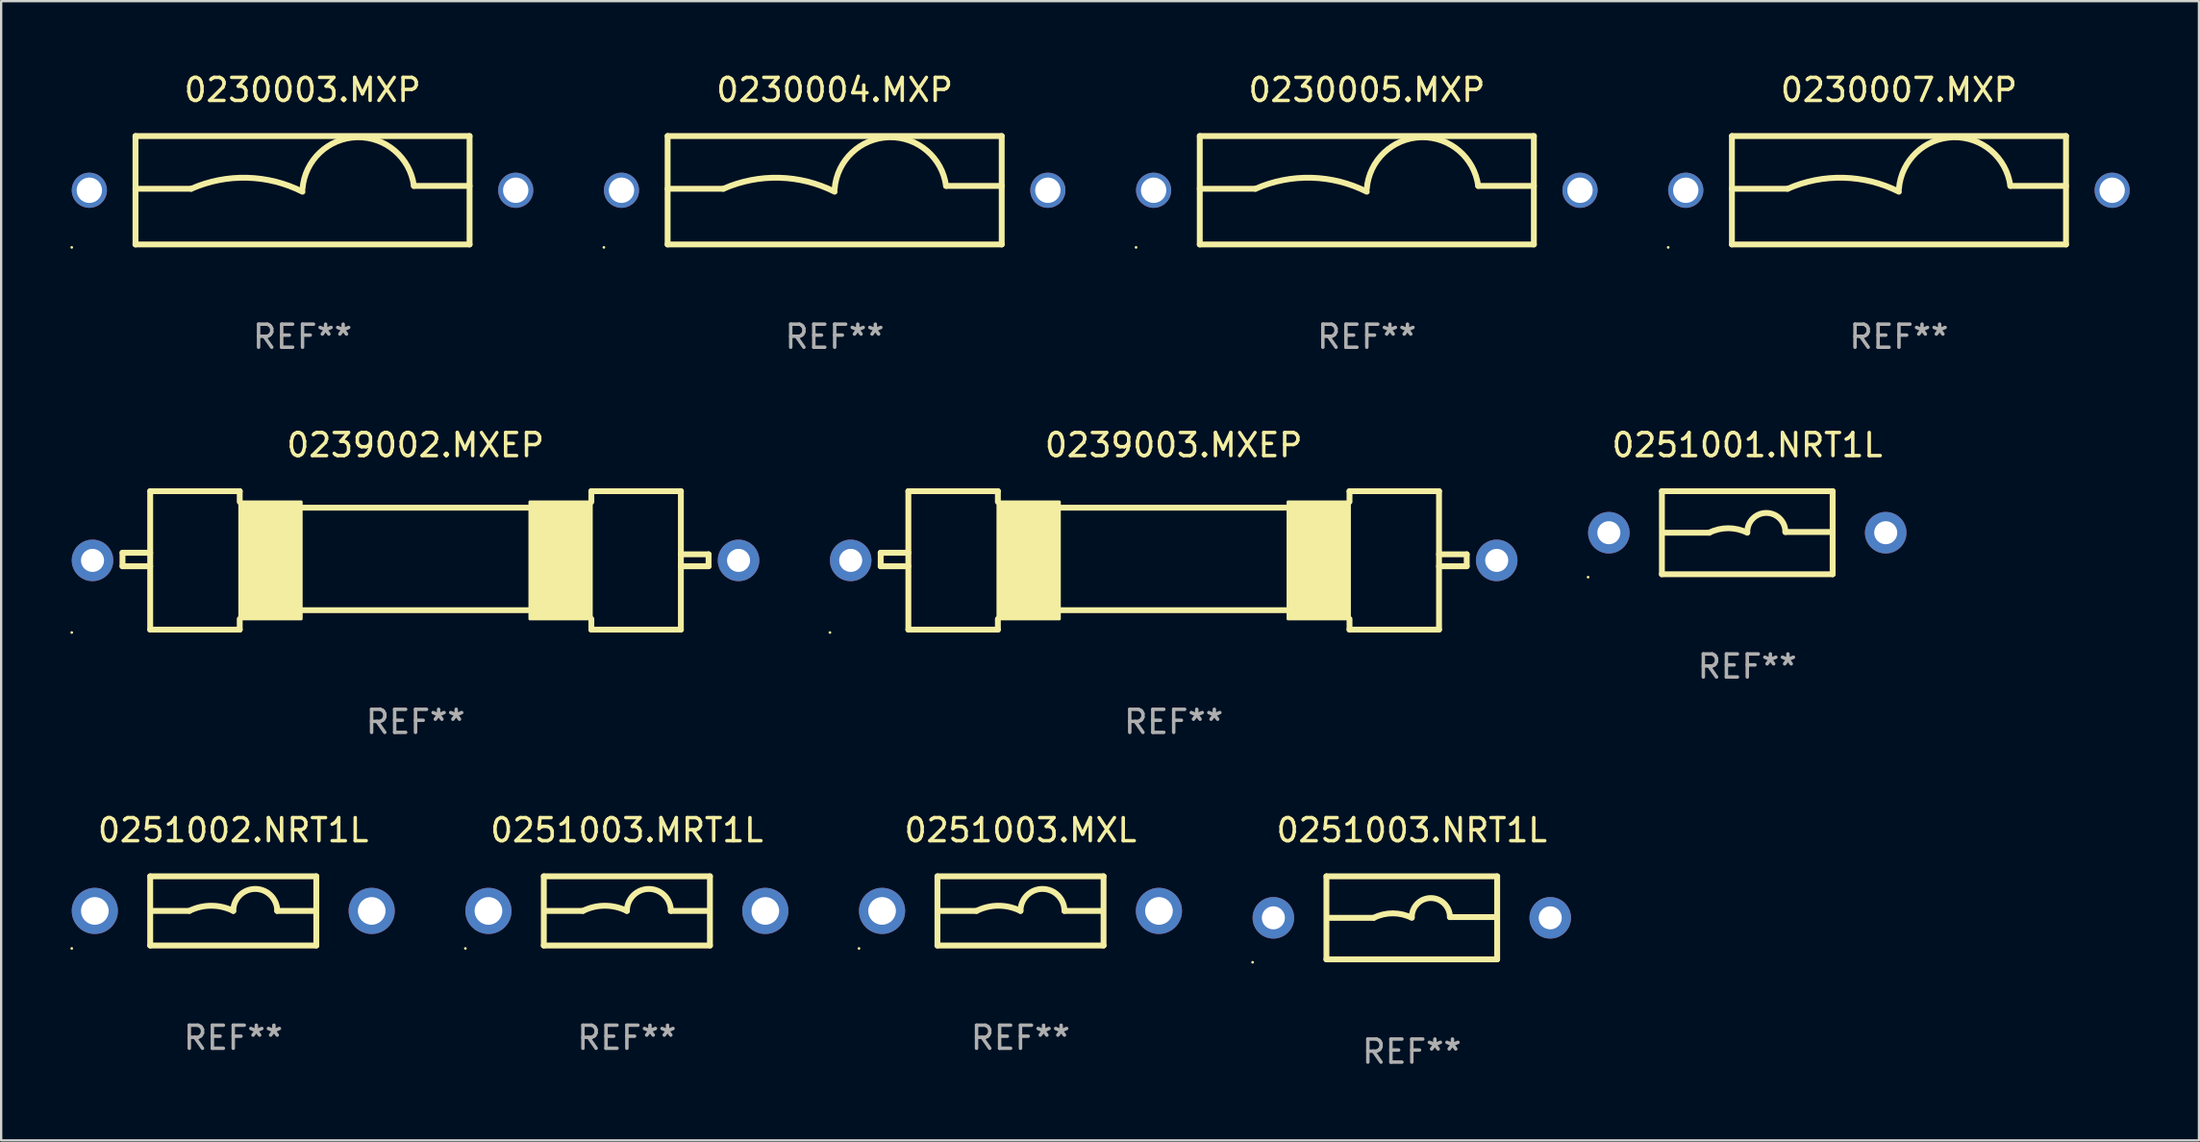
<source format=kicad_pcb>
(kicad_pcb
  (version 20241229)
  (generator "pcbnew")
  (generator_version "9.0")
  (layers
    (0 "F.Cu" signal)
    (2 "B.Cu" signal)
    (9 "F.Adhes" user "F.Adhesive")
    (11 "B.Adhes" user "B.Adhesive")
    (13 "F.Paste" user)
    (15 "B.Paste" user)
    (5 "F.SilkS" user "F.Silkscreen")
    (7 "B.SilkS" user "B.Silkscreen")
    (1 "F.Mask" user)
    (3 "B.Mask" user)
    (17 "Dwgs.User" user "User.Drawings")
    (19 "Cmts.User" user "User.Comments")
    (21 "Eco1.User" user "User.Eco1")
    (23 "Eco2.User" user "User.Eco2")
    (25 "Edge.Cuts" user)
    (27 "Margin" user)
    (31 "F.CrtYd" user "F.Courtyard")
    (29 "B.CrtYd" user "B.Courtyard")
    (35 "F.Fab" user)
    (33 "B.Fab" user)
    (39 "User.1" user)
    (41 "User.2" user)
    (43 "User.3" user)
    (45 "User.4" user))
  (footprint "0251003.NRT1L"
    (layer "F.Cu")
    (at 58.14 36.741)
    (property "Reference" "0251003.NRT1L" (at 0 -3.8 0) (layer "F.SilkS") (effects (font (size 1 1) (thickness 0.15))))
    (attr through_hole)
    (fp_line (start -3.7 -1.8) (end -3.7 1.8) (stroke (width 0.254) (type solid)) (layer "F.SilkS"))
    (fp_line (start -3.7 -1.8) (end 3.7 -1.8) (stroke (width 0.254) (type solid)) (layer "F.SilkS"))
    (fp_line (start -3.7 1.8) (end 3.7 1.8) (stroke (width 0.254) (type solid)) (layer "F.SilkS"))
    (fp_line (start -3.556 0) (end -1.651 0) (stroke (width 0.254) (type solid)) (layer "F.SilkS"))
    (fp_line (start 3.556 -0.032) (end 1.651 -0.032) (stroke (width 0.254) (type solid)) (layer "F.SilkS"))
    (fp_line (start 3.7 -1.8) (end 3.7 1.8) (stroke (width 0.254) (type solid)) (layer "F.SilkS"))
    (fp_arc (start -1.651003 0) (mid -0.825502 -0.194874) (end 0 0) (stroke (width 0.254001) (type solid)) (layer "F.SilkS"))
    (fp_arc (start 0.000025 -0.031699) (mid 0.825527 -0.857201) (end 1.651029 -0.031699) (stroke (width 0.254001) (type solid)) (layer "F.SilkS"))
    (fp_circle (center -6.9 1.927) (end -6.87 1.927) (stroke (width 0.06) (type solid)) (fill no) (layer "F.SilkS"))
    (fp_text user "REF**" (at 0 5.8 0) (layer "F.Fab") (effects (font (size 1 1) (thickness 0.15))))
    (pad "1" thru_hole circle (at -6 0) (size 1.8 1.8) (drill 1) (layers "*.Cu" "*.Mask"))
    (pad "2" thru_hole circle (at 6 0) (size 1.8 1.8) (drill 1) (layers "*.Cu" "*.Mask")))
  (footprint "0251002.NRT1L"
    (layer "F.Cu")
    (at 7.06 36.441)
    (property "Reference" "0251002.NRT1L" (at 0 -3.5 0) (layer "F.SilkS") (effects (font (size 1 1) (thickness 0.15))))
    (attr through_hole)
    (fp_line (start -3.6 -1.5) (end -3.6 1.5) (stroke (width 0.254) (type solid)) (layer "F.SilkS"))
    (fp_line (start -3.6 -1.5) (end 3.6 -1.5) (stroke (width 0.254) (type solid)) (layer "F.SilkS"))
    (fp_line (start -3.6 1.5) (end 3.6 1.5) (stroke (width 0.254) (type solid)) (layer "F.SilkS"))
    (fp_line (start -3.556 0) (end -1.905 0) (stroke (width 0.254) (type solid)) (layer "F.SilkS"))
    (fp_line (start 3.556 0) (end 1.905 0) (stroke (width 0.254) (type solid)) (layer "F.SilkS"))
    (fp_line (start 3.6 -1.5) (end 3.6 1.5) (stroke (width 0.254) (type solid)) (layer "F.SilkS"))
    (fp_arc (start -1.905004 0) (mid -0.952502 -0.224855) (end 0 0) (stroke (width 0.254001) (type solid)) (layer "F.SilkS"))
    (fp_arc (start 0 0) (mid 0.952502 -0.952502) (end 1.905004 0) (stroke (width 0.254001) (type solid)) (layer "F.SilkS"))
    (fp_circle (center -7 1.627) (end -6.97 1.627) (stroke (width 0.06) (type solid)) (fill no) (layer "F.SilkS"))
    (fp_text user "REF**" (at 0 5.5 0) (layer "F.Fab") (effects (font (size 1 1) (thickness 0.15))))
    (pad "1" thru_hole circle (at -6 0) (size 2 2) (drill 1.2) (layers "*.Cu" "*.Mask"))
    (pad "2" thru_hole circle (at 6 0) (size 2 2) (drill 1.2) (layers "*.Cu" "*.Mask")))
  (footprint "0230007.MXP"
    (layer "F.Cu")
    (at 79.254 5.198)
    (property "Reference" "0230007.MXP" (at 0 -4.35 0) (layer "F.SilkS") (effects (font (size 1 1) (thickness 0.15))))
    (attr through_hole)
    (fp_line (start -7.24 -2.35) (end 7.24 -2.35) (stroke (width 0.254) (type solid)) (layer "F.SilkS"))
    (fp_line (start -7.24 2.35) (end -7.24 -2.35) (stroke (width 0.254) (type solid)) (layer "F.SilkS"))
    (fp_line (start -7.24 2.35) (end 7.24 2.35) (stroke (width 0.254) (type solid)) (layer "F.SilkS"))
    (fp_line (start -4.824 -0.064) (end -7.24 -0.064) (stroke (width 0.254) (type solid)) (layer "F.SilkS"))
    (fp_line (start 4.828 -0.188) (end 7.24 -0.188) (stroke (width 0.254) (type solid)) (layer "F.SilkS"))
    (fp_line (start 7.24 2.35) (end 7.24 -2.35) (stroke (width 0.254) (type solid)) (layer "F.SilkS"))
    (fp_arc (start -4.824359 -0.063754) (mid -2.398785 -0.542073) (end -0.001702 0.063068) (stroke (width 0.254001) (type solid)) (layer "F.SilkS"))
    (fp_arc (start -0.001625 -0.061493) (mid 2.355932 -2.296691) (end 4.827711 -0.188494) (stroke (width 0.254001) (type solid)) (layer "F.SilkS"))
    (fp_circle (center -10.002 2.477) (end -9.972 2.477) (stroke (width 0.06) (type solid)) (fill no) (layer "F.SilkS"))
    (fp_text user "REF**" (at 0 6.35 0) (layer "F.Fab") (effects (font (size 1 1) (thickness 0.15))))
    (pad "1" thru_hole circle (at -9.24 0) (size 1.524 1.524) (drill 1.1) (layers "*.Cu" "*.Mask"))
    (pad "2" thru_hole circle (at 9.24 0) (size 1.524 1.524) (drill 1.1) (layers "*.Cu" "*.Mask")))
  (footprint "0239002.MXEP"
    (layer "F.Cu")
    (at 14.96 21.245)
    (property "Reference" "0239002.MXEP" (at 0 -5 0) (layer "F.SilkS") (effects (font (size 1 1) (thickness 0.15))))
    (attr through_hole)
    (fp_line (start -12.7 -0.332) (end -12.7 0.254) (stroke (width 0.254) (type solid)) (layer "F.SilkS"))
    (fp_line (start -12.7 0.254) (end -11.5 0.254) (stroke (width 0.254) (type solid)) (layer "F.SilkS"))
    (fp_line (start -11.5 -3) (end -11.5 3) (stroke (width 0.254) (type solid)) (layer "F.SilkS"))
    (fp_line (start -11.5 -3) (end -7.62 -3) (stroke (width 0.254) (type solid)) (layer "F.SilkS"))
    (fp_line (start -11.5 -0.332) (end -12.7 -0.332) (stroke (width 0.254) (type solid)) (layer "F.SilkS"))
    (fp_line (start -7.62 -2.54) (end -7.62 -3) (stroke (width 0.254) (type solid)) (layer "F.SilkS"))
    (fp_line (start -7.62 2.54) (end -7.62 3) (stroke (width 0.254) (type solid)) (layer "F.SilkS"))
    (fp_line (start -7.62 3) (end -11.5 3) (stroke (width 0.254) (type solid)) (layer "F.SilkS"))
    (fp_line (start -4.953 -2.286) (end 4.953 -2.286) (stroke (width 0.254) (type solid)) (layer "F.SilkS"))
    (fp_line (start -4.953 2.159) (end 4.953 2.159) (stroke (width 0.254) (type solid)) (layer "F.SilkS"))
    (fp_line (start 7.62 -3) (end 11.5 -3) (stroke (width 0.254) (type solid)) (layer "F.SilkS"))
    (fp_line (start 7.62 -2.54) (end 7.62 -3) (stroke (width 0.254) (type solid)) (layer "F.SilkS"))
    (fp_line (start 7.62 2.54) (end 7.62 3) (stroke (width 0.254) (type solid)) (layer "F.SilkS"))
    (fp_line (start 7.62 3) (end 11.5 3) (stroke (width 0.254) (type solid)) (layer "F.SilkS"))
    (fp_line (start 11.5 -3) (end 11.5 3) (stroke (width 0.254) (type solid)) (layer "F.SilkS"))
    (fp_line (start 11.5 -0.264) (end 12.7 -0.264) (stroke (width 0.254) (type solid)) (layer "F.SilkS"))
    (fp_line (start 12.7 -0.264) (end 12.7 0.254) (stroke (width 0.254) (type solid)) (layer "F.SilkS"))
    (fp_line (start 12.7 0.254) (end 11.5 0.254) (stroke (width 0.254) (type solid)) (layer "F.SilkS"))
    (fp_circle (center -14.9 3.127) (end -14.87 3.127) (stroke (width 0.06) (type solid)) (fill no) (layer "F.SilkS"))
    (fp_poly (pts (xy -7.62 -2.54) (xy -4.953 -2.54) (xy -4.953 2.54) (xy -7.62 2.54)) (stroke (width 0.12) (type solid)) (fill yes) (layer "F.SilkS"))
    (fp_poly (pts (xy 4.953 -2.54) (xy 7.62 -2.54) (xy 7.62 2.54) (xy 4.953 2.54)) (stroke (width 0.12) (type solid)) (fill yes) (layer "F.SilkS"))
    (fp_text user "REF**" (at 0 7 0) (layer "F.Fab") (effects (font (size 1 1) (thickness 0.15))))
    (pad "1" thru_hole circle (at -14 0) (size 1.8 1.8) (drill 1) (layers "*.Cu" "*.Mask"))
    (pad "2" thru_hole circle (at 14 0) (size 1.8 1.8) (drill 1) (layers "*.Cu" "*.Mask")))
  (footprint "0251003.MXL"
    (layer "F.Cu")
    (at 41.18 36.441)
    (property "Reference" "0251003.MXL" (at 0 -3.5 0) (layer "F.SilkS") (effects (font (size 1 1) (thickness 0.15))))
    (attr through_hole)
    (fp_line (start -3.6 -1.5) (end -3.6 1.5) (stroke (width 0.254) (type solid)) (layer "F.SilkS"))
    (fp_line (start -3.6 -1.5) (end 3.6 -1.5) (stroke (width 0.254) (type solid)) (layer "F.SilkS"))
    (fp_line (start -3.6 1.5) (end 3.6 1.5) (stroke (width 0.254) (type solid)) (layer "F.SilkS"))
    (fp_line (start -3.556 0) (end -1.905 0) (stroke (width 0.254) (type solid)) (layer "F.SilkS"))
    (fp_line (start 3.556 0) (end 1.905 0) (stroke (width 0.254) (type solid)) (layer "F.SilkS"))
    (fp_line (start 3.6 -1.5) (end 3.6 1.5) (stroke (width 0.254) (type solid)) (layer "F.SilkS"))
    (fp_arc (start -1.905004 0) (mid -0.952502 -0.224855) (end 0 0) (stroke (width 0.254001) (type solid)) (layer "F.SilkS"))
    (fp_arc (start 0 0) (mid 0.952502 -0.952502) (end 1.905004 0) (stroke (width 0.254001) (type solid)) (layer "F.SilkS"))
    (fp_circle (center -7 1.627) (end -6.97 1.627) (stroke (width 0.06) (type solid)) (fill no) (layer "F.SilkS"))
    (fp_text user "REF**" (at 0 5.5 0) (layer "F.Fab") (effects (font (size 1 1) (thickness 0.15))))
    (pad "1" thru_hole circle (at -6 0) (size 2 2) (drill 1.2) (layers "*.Cu" "*.Mask"))
    (pad "2" thru_hole circle (at 6 0) (size 2 2) (drill 1.2) (layers "*.Cu" "*.Mask")))
  (footprint "0230004.MXP"
    (layer "F.Cu")
    (at 33.126 5.198)
    (property "Reference" "0230004.MXP" (at 0 -4.35 0) (layer "F.SilkS") (effects (font (size 1 1) (thickness 0.15))))
    (attr through_hole)
    (fp_line (start -7.24 -2.35) (end 7.24 -2.35) (stroke (width 0.254) (type solid)) (layer "F.SilkS"))
    (fp_line (start -7.24 2.35) (end -7.24 -2.35) (stroke (width 0.254) (type solid)) (layer "F.SilkS"))
    (fp_line (start -7.24 2.35) (end 7.24 2.35) (stroke (width 0.254) (type solid)) (layer "F.SilkS"))
    (fp_line (start -4.824 -0.064) (end -7.24 -0.064) (stroke (width 0.254) (type solid)) (layer "F.SilkS"))
    (fp_line (start 4.828 -0.188) (end 7.24 -0.188) (stroke (width 0.254) (type solid)) (layer "F.SilkS"))
    (fp_line (start 7.24 2.35) (end 7.24 -2.35) (stroke (width 0.254) (type solid)) (layer "F.SilkS"))
    (fp_arc (start -4.824359 -0.063754) (mid -2.398785 -0.542073) (end -0.001702 0.063068) (stroke (width 0.254001) (type solid)) (layer "F.SilkS"))
    (fp_arc (start -0.001625 -0.061493) (mid 2.355932 -2.296691) (end 4.827711 -0.188494) (stroke (width 0.254001) (type solid)) (layer "F.SilkS"))
    (fp_circle (center -10.002 2.477) (end -9.972 2.477) (stroke (width 0.06) (type solid)) (fill no) (layer "F.SilkS"))
    (fp_text user "REF**" (at 0 6.35 0) (layer "F.Fab") (effects (font (size 1 1) (thickness 0.15))))
    (pad "1" thru_hole circle (at -9.24 0) (size 1.524 1.524) (drill 1.1) (layers "*.Cu" "*.Mask"))
    (pad "2" thru_hole circle (at 9.24 0) (size 1.524 1.524) (drill 1.1) (layers "*.Cu" "*.Mask")))
  (footprint "0239003.MXEP"
    (layer "F.Cu")
    (at 47.82 21.245)
    (property "Reference" "0239003.MXEP" (at 0 -5 0) (layer "F.SilkS") (effects (font (size 1 1) (thickness 0.15))))
    (attr through_hole)
    (fp_line (start -12.7 -0.332) (end -12.7 0.254) (stroke (width 0.254) (type solid)) (layer "F.SilkS"))
    (fp_line (start -12.7 0.254) (end -11.5 0.254) (stroke (width 0.254) (type solid)) (layer "F.SilkS"))
    (fp_line (start -11.5 -3) (end -11.5 3) (stroke (width 0.254) (type solid)) (layer "F.SilkS"))
    (fp_line (start -11.5 -3) (end -7.62 -3) (stroke (width 0.254) (type solid)) (layer "F.SilkS"))
    (fp_line (start -11.5 -0.332) (end -12.7 -0.332) (stroke (width 0.254) (type solid)) (layer "F.SilkS"))
    (fp_line (start -7.62 -2.54) (end -7.62 -3) (stroke (width 0.254) (type solid)) (layer "F.SilkS"))
    (fp_line (start -7.62 2.54) (end -7.62 3) (stroke (width 0.254) (type solid)) (layer "F.SilkS"))
    (fp_line (start -7.62 3) (end -11.5 3) (stroke (width 0.254) (type solid)) (layer "F.SilkS"))
    (fp_line (start -4.953 -2.286) (end 4.953 -2.286) (stroke (width 0.254) (type solid)) (layer "F.SilkS"))
    (fp_line (start -4.953 2.159) (end 4.953 2.159) (stroke (width 0.254) (type solid)) (layer "F.SilkS"))
    (fp_line (start 7.62 -3) (end 11.5 -3) (stroke (width 0.254) (type solid)) (layer "F.SilkS"))
    (fp_line (start 7.62 -2.54) (end 7.62 -3) (stroke (width 0.254) (type solid)) (layer "F.SilkS"))
    (fp_line (start 7.62 2.54) (end 7.62 3) (stroke (width 0.254) (type solid)) (layer "F.SilkS"))
    (fp_line (start 7.62 3) (end 11.5 3) (stroke (width 0.254) (type solid)) (layer "F.SilkS"))
    (fp_line (start 11.5 -3) (end 11.5 3) (stroke (width 0.254) (type solid)) (layer "F.SilkS"))
    (fp_line (start 11.5 -0.264) (end 12.7 -0.264) (stroke (width 0.254) (type solid)) (layer "F.SilkS"))
    (fp_line (start 12.7 -0.264) (end 12.7 0.254) (stroke (width 0.254) (type solid)) (layer "F.SilkS"))
    (fp_line (start 12.7 0.254) (end 11.5 0.254) (stroke (width 0.254) (type solid)) (layer "F.SilkS"))
    (fp_circle (center -14.9 3.127) (end -14.87 3.127) (stroke (width 0.06) (type solid)) (fill no) (layer "F.SilkS"))
    (fp_poly (pts (xy -7.62 -2.54) (xy -4.953 -2.54) (xy -4.953 2.54) (xy -7.62 2.54)) (stroke (width 0.12) (type solid)) (fill yes) (layer "F.SilkS"))
    (fp_poly (pts (xy 4.953 -2.54) (xy 7.62 -2.54) (xy 7.62 2.54) (xy 4.953 2.54)) (stroke (width 0.12) (type solid)) (fill yes) (layer "F.SilkS"))
    (fp_text user "REF**" (at 0 7 0) (layer "F.Fab") (effects (font (size 1 1) (thickness 0.15))))
    (pad "1" thru_hole circle (at -14 0) (size 1.8 1.8) (drill 1) (layers "*.Cu" "*.Mask"))
    (pad "2" thru_hole circle (at 14 0) (size 1.8 1.8) (drill 1) (layers "*.Cu" "*.Mask")))
  (footprint "0230005.MXP"
    (layer "F.Cu")
    (at 56.19 5.198)
    (property "Reference" "0230005.MXP" (at 0 -4.35 0) (layer "F.SilkS") (effects (font (size 1 1) (thickness 0.15))))
    (attr through_hole)
    (fp_line (start -7.24 -2.35) (end 7.24 -2.35) (stroke (width 0.254) (type solid)) (layer "F.SilkS"))
    (fp_line (start -7.24 2.35) (end -7.24 -2.35) (stroke (width 0.254) (type solid)) (layer "F.SilkS"))
    (fp_line (start -7.24 2.35) (end 7.24 2.35) (stroke (width 0.254) (type solid)) (layer "F.SilkS"))
    (fp_line (start -4.824 -0.064) (end -7.24 -0.064) (stroke (width 0.254) (type solid)) (layer "F.SilkS"))
    (fp_line (start 4.828 -0.188) (end 7.24 -0.188) (stroke (width 0.254) (type solid)) (layer "F.SilkS"))
    (fp_line (start 7.24 2.35) (end 7.24 -2.35) (stroke (width 0.254) (type solid)) (layer "F.SilkS"))
    (fp_arc (start -4.824359 -0.063754) (mid -2.398785 -0.542073) (end -0.001702 0.063068) (stroke (width 0.254001) (type solid)) (layer "F.SilkS"))
    (fp_arc (start -0.001625 -0.061493) (mid 2.355932 -2.296691) (end 4.827711 -0.188494) (stroke (width 0.254001) (type solid)) (layer "F.SilkS"))
    (fp_circle (center -10.002 2.477) (end -9.972 2.477) (stroke (width 0.06) (type solid)) (fill no) (layer "F.SilkS"))
    (fp_text user "REF**" (at 0 6.35 0) (layer "F.Fab") (effects (font (size 1 1) (thickness 0.15))))
    (pad "1" thru_hole circle (at -9.24 0) (size 1.524 1.524) (drill 1.1) (layers "*.Cu" "*.Mask"))
    (pad "2" thru_hole circle (at 9.24 0) (size 1.524 1.524) (drill 1.1) (layers "*.Cu" "*.Mask")))
  (footprint "0251003.MRT1L"
    (layer "F.Cu")
    (at 24.12 36.441)
    (property "Reference" "0251003.MRT1L" (at 0 -3.5 0) (layer "F.SilkS") (effects (font (size 1 1) (thickness 0.15))))
    (attr through_hole)
    (fp_line (start -3.6 -1.5) (end -3.6 1.5) (stroke (width 0.254) (type solid)) (layer "F.SilkS"))
    (fp_line (start -3.6 -1.5) (end 3.6 -1.5) (stroke (width 0.254) (type solid)) (layer "F.SilkS"))
    (fp_line (start -3.6 1.5) (end 3.6 1.5) (stroke (width 0.254) (type solid)) (layer "F.SilkS"))
    (fp_line (start -3.556 0) (end -1.905 0) (stroke (width 0.254) (type solid)) (layer "F.SilkS"))
    (fp_line (start 3.556 0) (end 1.905 0) (stroke (width 0.254) (type solid)) (layer "F.SilkS"))
    (fp_line (start 3.6 -1.5) (end 3.6 1.5) (stroke (width 0.254) (type solid)) (layer "F.SilkS"))
    (fp_arc (start -1.905004 0) (mid -0.952502 -0.224855) (end 0 0) (stroke (width 0.254001) (type solid)) (layer "F.SilkS"))
    (fp_arc (start 0 0) (mid 0.952502 -0.952502) (end 1.905004 0) (stroke (width 0.254001) (type solid)) (layer "F.SilkS"))
    (fp_circle (center -7 1.627) (end -6.97 1.627) (stroke (width 0.06) (type solid)) (fill no) (layer "F.SilkS"))
    (fp_text user "REF**" (at 0 5.5 0) (layer "F.Fab") (effects (font (size 1 1) (thickness 0.15))))
    (pad "1" thru_hole circle (at -6 0) (size 2 2) (drill 1.2) (layers "*.Cu" "*.Mask"))
    (pad "2" thru_hole circle (at 6 0) (size 2 2) (drill 1.2) (layers "*.Cu" "*.Mask")))
  (footprint "0230003.MXP"
    (layer "F.Cu")
    (at 10.062 5.198)
    (property "Reference" "0230003.MXP" (at 0 -4.35 0) (layer "F.SilkS") (effects (font (size 1 1) (thickness 0.15))))
    (attr through_hole)
    (fp_line (start -7.24 -2.35) (end 7.24 -2.35) (stroke (width 0.254) (type solid)) (layer "F.SilkS"))
    (fp_line (start -7.24 2.35) (end -7.24 -2.35) (stroke (width 0.254) (type solid)) (layer "F.SilkS"))
    (fp_line (start -7.24 2.35) (end 7.24 2.35) (stroke (width 0.254) (type solid)) (layer "F.SilkS"))
    (fp_line (start -4.824 -0.064) (end -7.24 -0.064) (stroke (width 0.254) (type solid)) (layer "F.SilkS"))
    (fp_line (start 4.828 -0.188) (end 7.24 -0.188) (stroke (width 0.254) (type solid)) (layer "F.SilkS"))
    (fp_line (start 7.24 2.35) (end 7.24 -2.35) (stroke (width 0.254) (type solid)) (layer "F.SilkS"))
    (fp_arc (start -4.824359 -0.063754) (mid -2.398785 -0.542073) (end -0.001702 0.063068) (stroke (width 0.254001) (type solid)) (layer "F.SilkS"))
    (fp_arc (start -0.001625 -0.061493) (mid 2.355932 -2.296691) (end 4.827711 -0.188494) (stroke (width 0.254001) (type solid)) (layer "F.SilkS"))
    (fp_circle (center -10.002 2.477) (end -9.972 2.477) (stroke (width 0.06) (type solid)) (fill no) (layer "F.SilkS"))
    (fp_text user "REF**" (at 0 6.35 0) (layer "F.Fab") (effects (font (size 1 1) (thickness 0.15))))
    (pad "1" thru_hole circle (at -9.24 0) (size 1.524 1.524) (drill 1.1) (layers "*.Cu" "*.Mask"))
    (pad "2" thru_hole circle (at 9.24 0) (size 1.524 1.524) (drill 1.1) (layers "*.Cu" "*.Mask")))
  (footprint "0251001.NRT1L"
    (layer "F.Cu")
    (at 72.68 20.045)
    (property "Reference" "0251001.NRT1L" (at 0 -3.8 0) (layer "F.SilkS") (effects (font (size 1 1) (thickness 0.15))))
    (attr through_hole)
    (fp_line (start -3.7 -1.8) (end -3.7 1.8) (stroke (width 0.254) (type solid)) (layer "F.SilkS"))
    (fp_line (start -3.7 -1.8) (end 3.7 -1.8) (stroke (width 0.254) (type solid)) (layer "F.SilkS"))
    (fp_line (start -3.7 1.8) (end 3.7 1.8) (stroke (width 0.254) (type solid)) (layer "F.SilkS"))
    (fp_line (start -3.556 0) (end -1.651 0) (stroke (width 0.254) (type solid)) (layer "F.SilkS"))
    (fp_line (start 3.556 -0.032) (end 1.651 -0.032) (stroke (width 0.254) (type solid)) (layer "F.SilkS"))
    (fp_line (start 3.7 -1.8) (end 3.7 1.8) (stroke (width 0.254) (type solid)) (layer "F.SilkS"))
    (fp_arc (start -1.651003 0) (mid -0.825502 -0.194874) (end 0 0) (stroke (width 0.254001) (type solid)) (layer "F.SilkS"))
    (fp_arc (start 0.000025 -0.031699) (mid 0.825527 -0.857201) (end 1.651029 -0.031699) (stroke (width 0.254001) (type solid)) (layer "F.SilkS"))
    (fp_circle (center -6.9 1.927) (end -6.87 1.927) (stroke (width 0.06) (type solid)) (fill no) (layer "F.SilkS"))
    (fp_text user "REF**" (at 0 5.8 0) (layer "F.Fab") (effects (font (size 1 1) (thickness 0.15))))
    (pad "1" thru_hole circle (at -6 0) (size 1.8 1.8) (drill 1) (layers "*.Cu" "*.Mask"))
    (pad "2" thru_hole circle (at 6 0) (size 1.8 1.8) (drill 1) (layers "*.Cu" "*.Mask")))
  (gr_rect
    (start -3 -3)
    (end 92.256 46.39)
    (stroke (width 0.1) (type default))
    (fill no)
    (layer "Edge.Cuts")))
</source>
